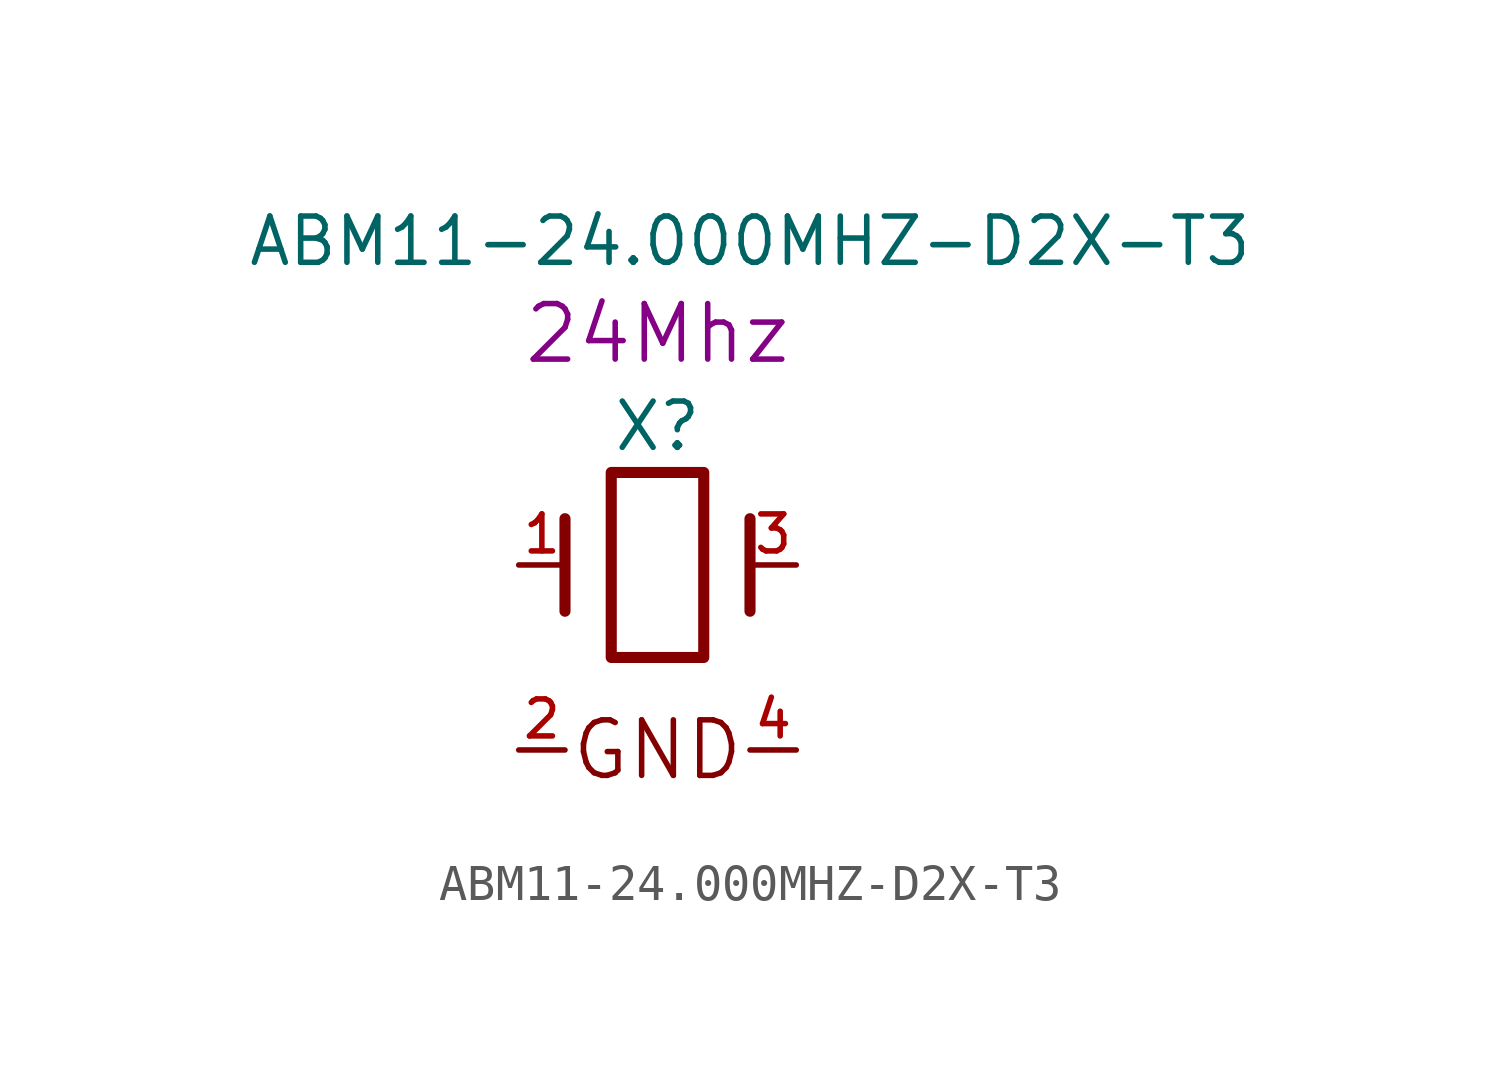
<source format=kicad_sym>
(kicad_symbol_lib
  (version 20220914)
  (generator kicad_symbol_editor)
  (symbol "ABM11-24.000MHZ-D2X-T3"
    (pin_names
      (offset 1.016) hide)
    (property "Reference" "X"
      (at 0 3.81 0)
      (effects (font (size 1.27 1.27))))
    (property "Value" "ABM11-24.000MHZ-D2X-T3"
      (at 2.54 8.89 0)
      (effects (font (size 1.27 1.27))))
    (property "Datasheet" ""
      (at 0 3.81 0)
      (effects (font (size 1.27 1.27))))
    (property "Value2" "24Mhz"
      (at 0 6.35 0)
      (effects (font (size 1.524 1.524))))
    (symbol "ABM11-24.000MHZ-D2X-T3_0_0"
      (text "GND" (at 0 -5.08 0) (effects (font (size 1.524 1.524)))))
    (symbol "ABM11-24.000MHZ-D2X-T3_0_1"
      (rectangle (start -1.27 2.54) (end 1.27 -2.54) (stroke (width 0.305) (type solid)) (fill (type none)))
      (polyline (pts (xy -2.54 -1.27) (xy -2.54 1.27)) (stroke (width 0.305) (type solid)) (fill (type none)))
      (polyline (pts (xy 2.54 -1.27) (xy 2.54 1.27)) (stroke (width 0.305) (type solid)) (fill (type none))))
    (symbol "ABM11-24.000MHZ-D2X-T3_1_1"
      (pin passive line (at -3.81 0 0) (length 1.27) (name "1" (effects (font (size 1.016 1.016)))) (number "1" (effects (font (size 1.016 1.016)))))
      (pin passive line (at -3.81 -5.08 0) (length 1.27) (name "GND" (effects (font (size 1.016 1.016)))) (number "2" (effects (font (size 1.016 1.016)))))
      (pin passive line (at 3.81 0 180) (length 1.27) (name "3" (effects (font (size 1.016 1.016)))) (number "3" (effects (font (size 1.016 1.016)))))
      (pin passive line (at 3.81 -5.08 180) (length 1.27) (name "GND" (effects (font (size 1.016 1.016)))) (number "4" (effects (font (size 1.016 1.016))))))))
</source>
